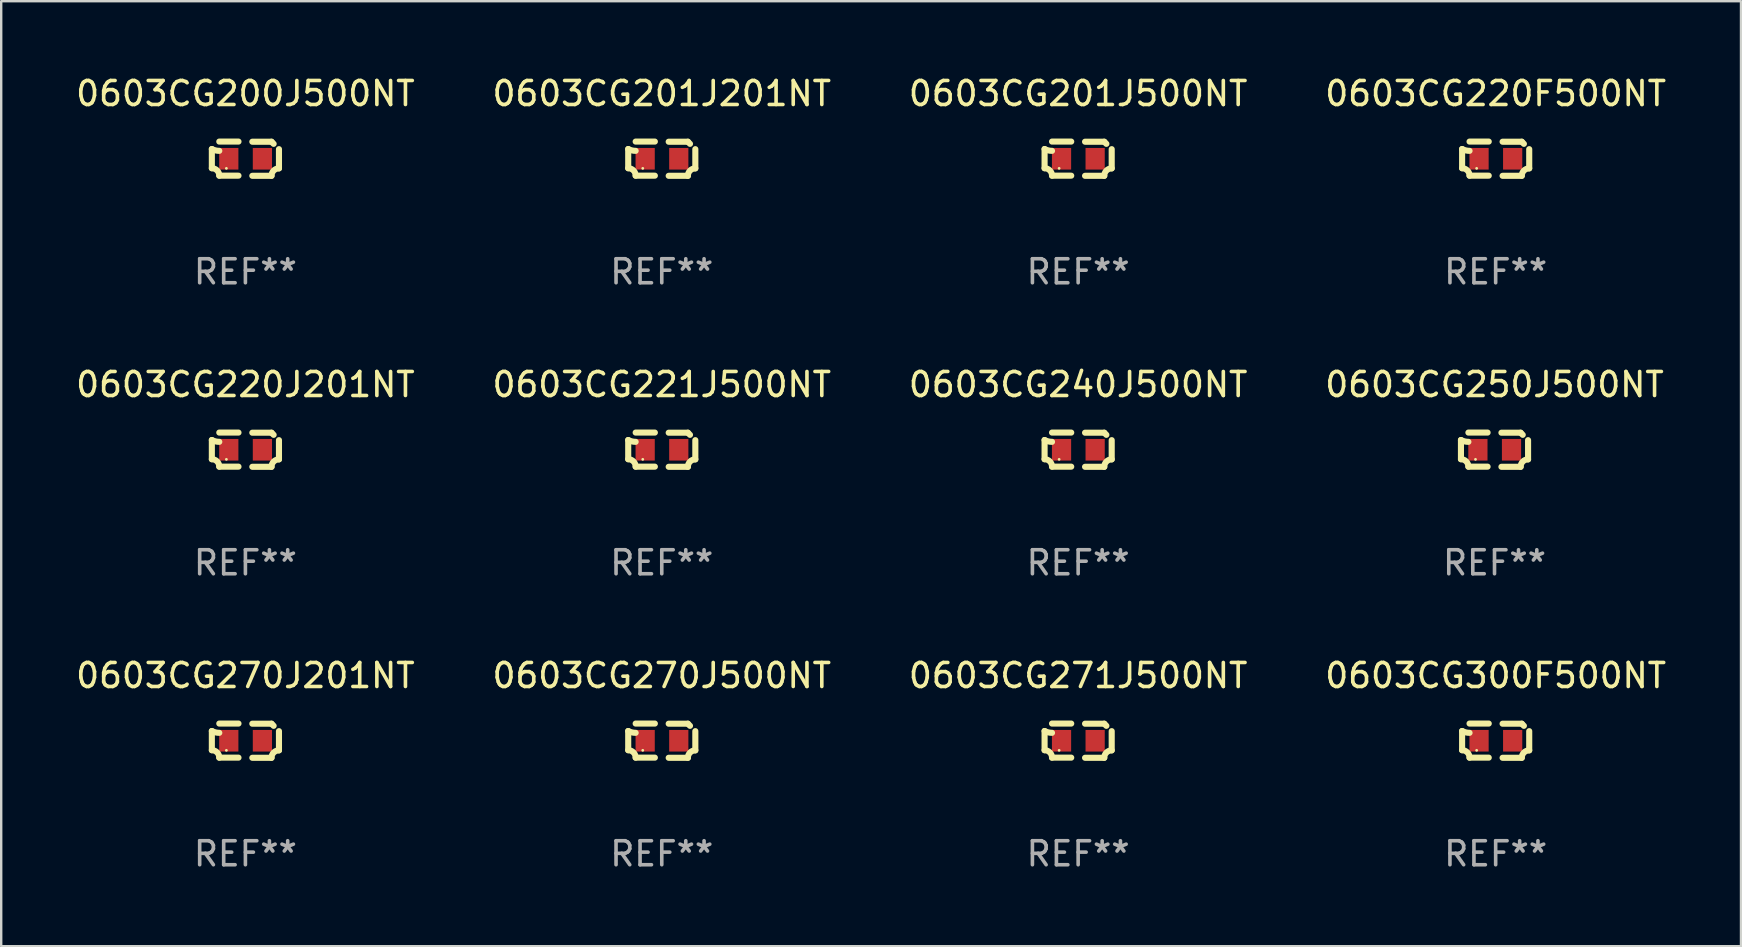
<source format=kicad_pcb>
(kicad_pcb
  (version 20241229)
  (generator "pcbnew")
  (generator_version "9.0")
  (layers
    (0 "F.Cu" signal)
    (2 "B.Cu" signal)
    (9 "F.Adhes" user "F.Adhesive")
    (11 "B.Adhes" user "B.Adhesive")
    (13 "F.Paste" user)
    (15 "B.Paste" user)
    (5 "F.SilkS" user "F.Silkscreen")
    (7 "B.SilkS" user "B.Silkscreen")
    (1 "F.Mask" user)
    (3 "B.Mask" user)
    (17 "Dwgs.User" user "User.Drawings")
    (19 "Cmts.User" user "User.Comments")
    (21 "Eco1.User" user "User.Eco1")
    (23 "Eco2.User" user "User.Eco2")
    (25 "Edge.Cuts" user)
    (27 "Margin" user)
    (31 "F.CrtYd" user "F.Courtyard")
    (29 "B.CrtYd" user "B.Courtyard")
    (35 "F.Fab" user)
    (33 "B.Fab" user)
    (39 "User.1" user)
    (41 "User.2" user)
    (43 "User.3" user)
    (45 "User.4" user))
  (footprint "0603CG200J500NT"
    (layer "F.Cu")
    (at 7.173 3.561)
    (property "Reference" "0603CG200J500NT" (at 0 -2.713 0) (layer "F.SilkS") (effects (font (size 1 1) (thickness 0.15))))
    (attr through_hole)
    (fp_line (start -1.398 -0.403) (end -1.398 0.397) (stroke (width 0.254) (type solid)) (layer "F.SilkS"))
    (fp_line (start -0.288 -0.713) (end -1.088 -0.713) (stroke (width 0.254) (type solid)) (layer "F.SilkS"))
    (fp_line (start -0.288 0.707) (end -1.088 0.707) (stroke (width 0.254) (type solid)) (layer "F.SilkS"))
    (fp_line (start 0.288 -0.707) (end 1.088 -0.707) (stroke (width 0.254) (type solid)) (layer "F.SilkS"))
    (fp_line (start 0.288 0.713) (end 1.088 0.713) (stroke (width 0.254) (type solid)) (layer "F.SilkS"))
    (fp_line (start 1.398 -0.397) (end 1.398 0.403) (stroke (width 0.254) (type solid)) (layer "F.SilkS"))
    (fp_arc (start -1.397789 0.397066) (mid -1.178701 0.487826) (end -1.08796 0.706922) (stroke (width 0.254001) (type solid)) (layer "F.SilkS"))
    (fp_arc (start -1.08796 -0.327176) (mid -1.247436 -0.346384) (end -1.39779 -0.402908) (stroke (width 0.254001) (type solid)) (layer "F.SilkS"))
    (fp_arc (start 1.087909 0.712738) (mid 1.178656 0.493655) (end 1.397739 0.402908) (stroke (width 0.254001) (type solid)) (layer "F.SilkS"))
    (fp_arc (start 1.175925 -0.618926) (mid 1.131917 -0.662923) (end 1.08791 -0.706922) (stroke (width 0.254001) (type solid)) (layer "F.SilkS"))
    (fp_circle (center -0.792 0.403) (end -0.762 0.403) (stroke (width 0.06) (type solid)) (fill no) (layer "F.SilkS"))
    (fp_text user "REF**" (at 0 4.713 0) (layer "F.Fab") (effects (font (size 1 1) (thickness 0.15))))
    (pad "1" smd rect (at -0.692 0.003) (size 0.8 0.9) (layers "F.Cu" "F.Mask" "F.Paste"))
    (pad "2" smd rect (at 0.708 0.003) (size 0.8 0.9) (layers "F.Cu" "F.Mask" "F.Paste")))
  (footprint "0603CG270J201NT"
    (layer "F.Cu")
    (at 7.173 27.805)
    (property "Reference" "0603CG270J201NT" (at 0 -2.713 0) (layer "F.SilkS") (effects (font (size 1 1) (thickness 0.15))))
    (attr through_hole)
    (fp_line (start -1.398 -0.403) (end -1.398 0.397) (stroke (width 0.254) (type solid)) (layer "F.SilkS"))
    (fp_line (start -0.288 -0.713) (end -1.088 -0.713) (stroke (width 0.254) (type solid)) (layer "F.SilkS"))
    (fp_line (start -0.288 0.707) (end -1.088 0.707) (stroke (width 0.254) (type solid)) (layer "F.SilkS"))
    (fp_line (start 0.288 -0.707) (end 1.088 -0.707) (stroke (width 0.254) (type solid)) (layer "F.SilkS"))
    (fp_line (start 0.288 0.713) (end 1.088 0.713) (stroke (width 0.254) (type solid)) (layer "F.SilkS"))
    (fp_line (start 1.398 -0.397) (end 1.398 0.403) (stroke (width 0.254) (type solid)) (layer "F.SilkS"))
    (fp_arc (start -1.397789 0.397066) (mid -1.178701 0.487826) (end -1.08796 0.706922) (stroke (width 0.254001) (type solid)) (layer "F.SilkS"))
    (fp_arc (start -1.08796 -0.327176) (mid -1.247436 -0.346384) (end -1.39779 -0.402908) (stroke (width 0.254001) (type solid)) (layer "F.SilkS"))
    (fp_arc (start 1.087909 0.712738) (mid 1.178656 0.493655) (end 1.397739 0.402908) (stroke (width 0.254001) (type solid)) (layer "F.SilkS"))
    (fp_arc (start 1.175925 -0.618926) (mid 1.131917 -0.662923) (end 1.08791 -0.706922) (stroke (width 0.254001) (type solid)) (layer "F.SilkS"))
    (fp_circle (center -0.792 0.403) (end -0.762 0.403) (stroke (width 0.06) (type solid)) (fill no) (layer "F.SilkS"))
    (fp_text user "REF**" (at 0 4.713 0) (layer "F.Fab") (effects (font (size 1 1) (thickness 0.15))))
    (pad "1" smd rect (at -0.692 0.003) (size 0.8 0.9) (layers "F.Cu" "F.Mask" "F.Paste"))
    (pad "2" smd rect (at 0.708 0.003) (size 0.8 0.9) (layers "F.Cu" "F.Mask" "F.Paste")))
  (footprint "0603CG201J201NT"
    (layer "F.Cu")
    (at 24.518 3.561)
    (property "Reference" "0603CG201J201NT" (at 0 -2.713 0) (layer "F.SilkS") (effects (font (size 1 1) (thickness 0.15))))
    (attr through_hole)
    (fp_line (start -1.398 -0.403) (end -1.398 0.397) (stroke (width 0.254) (type solid)) (layer "F.SilkS"))
    (fp_line (start -0.288 -0.713) (end -1.088 -0.713) (stroke (width 0.254) (type solid)) (layer "F.SilkS"))
    (fp_line (start -0.288 0.707) (end -1.088 0.707) (stroke (width 0.254) (type solid)) (layer "F.SilkS"))
    (fp_line (start 0.288 -0.707) (end 1.088 -0.707) (stroke (width 0.254) (type solid)) (layer "F.SilkS"))
    (fp_line (start 0.288 0.713) (end 1.088 0.713) (stroke (width 0.254) (type solid)) (layer "F.SilkS"))
    (fp_line (start 1.398 -0.397) (end 1.398 0.403) (stroke (width 0.254) (type solid)) (layer "F.SilkS"))
    (fp_arc (start -1.397789 0.397066) (mid -1.178701 0.487826) (end -1.08796 0.706922) (stroke (width 0.254001) (type solid)) (layer "F.SilkS"))
    (fp_arc (start -1.08796 -0.327176) (mid -1.247436 -0.346384) (end -1.39779 -0.402908) (stroke (width 0.254001) (type solid)) (layer "F.SilkS"))
    (fp_arc (start 1.087909 0.712738) (mid 1.178656 0.493655) (end 1.397739 0.402908) (stroke (width 0.254001) (type solid)) (layer "F.SilkS"))
    (fp_arc (start 1.175925 -0.618926) (mid 1.131917 -0.662923) (end 1.08791 -0.706922) (stroke (width 0.254001) (type solid)) (layer "F.SilkS"))
    (fp_circle (center -0.792 0.403) (end -0.762 0.403) (stroke (width 0.06) (type solid)) (fill no) (layer "F.SilkS"))
    (fp_text user "REF**" (at 0 4.713 0) (layer "F.Fab") (effects (font (size 1 1) (thickness 0.15))))
    (pad "1" smd rect (at -0.692 0.003) (size 0.8 0.9) (layers "F.Cu" "F.Mask" "F.Paste"))
    (pad "2" smd rect (at 0.708 0.003) (size 0.8 0.9) (layers "F.Cu" "F.Mask" "F.Paste")))
  (footprint "0603CG271J500NT"
    (layer "F.Cu")
    (at 41.863 27.805)
    (property "Reference" "0603CG271J500NT" (at 0 -2.713 0) (layer "F.SilkS") (effects (font (size 1 1) (thickness 0.15))))
    (attr through_hole)
    (fp_line (start -1.398 -0.403) (end -1.398 0.397) (stroke (width 0.254) (type solid)) (layer "F.SilkS"))
    (fp_line (start -0.288 -0.713) (end -1.088 -0.713) (stroke (width 0.254) (type solid)) (layer "F.SilkS"))
    (fp_line (start -0.288 0.707) (end -1.088 0.707) (stroke (width 0.254) (type solid)) (layer "F.SilkS"))
    (fp_line (start 0.288 -0.707) (end 1.088 -0.707) (stroke (width 0.254) (type solid)) (layer "F.SilkS"))
    (fp_line (start 0.288 0.713) (end 1.088 0.713) (stroke (width 0.254) (type solid)) (layer "F.SilkS"))
    (fp_line (start 1.398 -0.397) (end 1.398 0.403) (stroke (width 0.254) (type solid)) (layer "F.SilkS"))
    (fp_arc (start -1.397789 0.397066) (mid -1.178701 0.487826) (end -1.08796 0.706922) (stroke (width 0.254001) (type solid)) (layer "F.SilkS"))
    (fp_arc (start -1.08796 -0.327176) (mid -1.247436 -0.346384) (end -1.39779 -0.402908) (stroke (width 0.254001) (type solid)) (layer "F.SilkS"))
    (fp_arc (start 1.087909 0.712738) (mid 1.178656 0.493655) (end 1.397739 0.402908) (stroke (width 0.254001) (type solid)) (layer "F.SilkS"))
    (fp_arc (start 1.175925 -0.618926) (mid 1.131917 -0.662923) (end 1.08791 -0.706922) (stroke (width 0.254001) (type solid)) (layer "F.SilkS"))
    (fp_circle (center -0.792 0.403) (end -0.762 0.403) (stroke (width 0.06) (type solid)) (fill no) (layer "F.SilkS"))
    (fp_text user "REF**" (at 0 4.713 0) (layer "F.Fab") (effects (font (size 1 1) (thickness 0.15))))
    (pad "1" smd rect (at -0.692 0.003) (size 0.8 0.9) (layers "F.Cu" "F.Mask" "F.Paste"))
    (pad "2" smd rect (at 0.708 0.003) (size 0.8 0.9) (layers "F.Cu" "F.Mask" "F.Paste")))
  (footprint "0603CG300F500NT"
    (layer "F.Cu")
    (at 59.256 27.805)
    (property "Reference" "0603CG300F500NT" (at 0 -2.713 0) (layer "F.SilkS") (effects (font (size 1 1) (thickness 0.15))))
    (attr through_hole)
    (fp_line (start -1.398 -0.403) (end -1.398 0.397) (stroke (width 0.254) (type solid)) (layer "F.SilkS"))
    (fp_line (start -0.288 -0.713) (end -1.088 -0.713) (stroke (width 0.254) (type solid)) (layer "F.SilkS"))
    (fp_line (start -0.288 0.707) (end -1.088 0.707) (stroke (width 0.254) (type solid)) (layer "F.SilkS"))
    (fp_line (start 0.288 -0.707) (end 1.088 -0.707) (stroke (width 0.254) (type solid)) (layer "F.SilkS"))
    (fp_line (start 0.288 0.713) (end 1.088 0.713) (stroke (width 0.254) (type solid)) (layer "F.SilkS"))
    (fp_line (start 1.398 -0.397) (end 1.398 0.403) (stroke (width 0.254) (type solid)) (layer "F.SilkS"))
    (fp_arc (start -1.397789 0.397066) (mid -1.178701 0.487826) (end -1.08796 0.706922) (stroke (width 0.254001) (type solid)) (layer "F.SilkS"))
    (fp_arc (start -1.08796 -0.327176) (mid -1.247436 -0.346384) (end -1.39779 -0.402908) (stroke (width 0.254001) (type solid)) (layer "F.SilkS"))
    (fp_arc (start 1.087909 0.712738) (mid 1.178656 0.493655) (end 1.397739 0.402908) (stroke (width 0.254001) (type solid)) (layer "F.SilkS"))
    (fp_arc (start 1.175925 -0.618926) (mid 1.131917 -0.662923) (end 1.08791 -0.706922) (stroke (width 0.254001) (type solid)) (layer "F.SilkS"))
    (fp_circle (center -0.792 0.403) (end -0.762 0.403) (stroke (width 0.06) (type solid)) (fill no) (layer "F.SilkS"))
    (fp_text user "REF**" (at 0 4.713 0) (layer "F.Fab") (effects (font (size 1 1) (thickness 0.15))))
    (pad "1" smd rect (at -0.692 0.003) (size 0.8 0.9) (layers "F.Cu" "F.Mask" "F.Paste"))
    (pad "2" smd rect (at 0.708 0.003) (size 0.8 0.9) (layers "F.Cu" "F.Mask" "F.Paste")))
  (footprint "0603CG221J500NT"
    (layer "F.Cu")
    (at 24.518 15.683)
    (property "Reference" "0603CG221J500NT" (at 0 -2.713 0) (layer "F.SilkS") (effects (font (size 1 1) (thickness 0.15))))
    (attr through_hole)
    (fp_line (start -1.398 -0.403) (end -1.398 0.397) (stroke (width 0.254) (type solid)) (layer "F.SilkS"))
    (fp_line (start -0.288 -0.713) (end -1.088 -0.713) (stroke (width 0.254) (type solid)) (layer "F.SilkS"))
    (fp_line (start -0.288 0.707) (end -1.088 0.707) (stroke (width 0.254) (type solid)) (layer "F.SilkS"))
    (fp_line (start 0.288 -0.707) (end 1.088 -0.707) (stroke (width 0.254) (type solid)) (layer "F.SilkS"))
    (fp_line (start 0.288 0.713) (end 1.088 0.713) (stroke (width 0.254) (type solid)) (layer "F.SilkS"))
    (fp_line (start 1.398 -0.397) (end 1.398 0.403) (stroke (width 0.254) (type solid)) (layer "F.SilkS"))
    (fp_arc (start -1.397789 0.397066) (mid -1.178701 0.487826) (end -1.08796 0.706922) (stroke (width 0.254001) (type solid)) (layer "F.SilkS"))
    (fp_arc (start -1.08796 -0.327176) (mid -1.247436 -0.346384) (end -1.39779 -0.402908) (stroke (width 0.254001) (type solid)) (layer "F.SilkS"))
    (fp_arc (start 1.087909 0.712738) (mid 1.178656 0.493655) (end 1.397739 0.402908) (stroke (width 0.254001) (type solid)) (layer "F.SilkS"))
    (fp_arc (start 1.175925 -0.618926) (mid 1.131917 -0.662923) (end 1.08791 -0.706922) (stroke (width 0.254001) (type solid)) (layer "F.SilkS"))
    (fp_circle (center -0.792 0.403) (end -0.762 0.403) (stroke (width 0.06) (type solid)) (fill no) (layer "F.SilkS"))
    (fp_text user "REF**" (at 0 4.713 0) (layer "F.Fab") (effects (font (size 1 1) (thickness 0.15))))
    (pad "1" smd rect (at -0.692 0.003) (size 0.8 0.9) (layers "F.Cu" "F.Mask" "F.Paste"))
    (pad "2" smd rect (at 0.708 0.003) (size 0.8 0.9) (layers "F.Cu" "F.Mask" "F.Paste")))
  (footprint "0603CG201J500NT"
    (layer "F.Cu")
    (at 41.863 3.561)
    (property "Reference" "0603CG201J500NT" (at 0 -2.713 0) (layer "F.SilkS") (effects (font (size 1 1) (thickness 0.15))))
    (attr through_hole)
    (fp_line (start -1.398 -0.403) (end -1.398 0.397) (stroke (width 0.254) (type solid)) (layer "F.SilkS"))
    (fp_line (start -0.288 -0.713) (end -1.088 -0.713) (stroke (width 0.254) (type solid)) (layer "F.SilkS"))
    (fp_line (start -0.288 0.707) (end -1.088 0.707) (stroke (width 0.254) (type solid)) (layer "F.SilkS"))
    (fp_line (start 0.288 -0.707) (end 1.088 -0.707) (stroke (width 0.254) (type solid)) (layer "F.SilkS"))
    (fp_line (start 0.288 0.713) (end 1.088 0.713) (stroke (width 0.254) (type solid)) (layer "F.SilkS"))
    (fp_line (start 1.398 -0.397) (end 1.398 0.403) (stroke (width 0.254) (type solid)) (layer "F.SilkS"))
    (fp_arc (start -1.397789 0.397066) (mid -1.178701 0.487826) (end -1.08796 0.706922) (stroke (width 0.254001) (type solid)) (layer "F.SilkS"))
    (fp_arc (start -1.08796 -0.327176) (mid -1.247436 -0.346384) (end -1.39779 -0.402908) (stroke (width 0.254001) (type solid)) (layer "F.SilkS"))
    (fp_arc (start 1.087909 0.712738) (mid 1.178656 0.493655) (end 1.397739 0.402908) (stroke (width 0.254001) (type solid)) (layer "F.SilkS"))
    (fp_arc (start 1.175925 -0.618926) (mid 1.131917 -0.662923) (end 1.08791 -0.706922) (stroke (width 0.254001) (type solid)) (layer "F.SilkS"))
    (fp_circle (center -0.792 0.403) (end -0.762 0.403) (stroke (width 0.06) (type solid)) (fill no) (layer "F.SilkS"))
    (fp_text user "REF**" (at 0 4.713 0) (layer "F.Fab") (effects (font (size 1 1) (thickness 0.15))))
    (pad "1" smd rect (at -0.692 0.003) (size 0.8 0.9) (layers "F.Cu" "F.Mask" "F.Paste"))
    (pad "2" smd rect (at 0.708 0.003) (size 0.8 0.9) (layers "F.Cu" "F.Mask" "F.Paste")))
  (footprint "0603CG220F500NT"
    (layer "F.Cu")
    (at 59.256 3.561)
    (property "Reference" "0603CG220F500NT" (at 0 -2.713 0) (layer "F.SilkS") (effects (font (size 1 1) (thickness 0.15))))
    (attr through_hole)
    (fp_line (start -1.398 -0.403) (end -1.398 0.397) (stroke (width 0.254) (type solid)) (layer "F.SilkS"))
    (fp_line (start -0.288 -0.713) (end -1.088 -0.713) (stroke (width 0.254) (type solid)) (layer "F.SilkS"))
    (fp_line (start -0.288 0.707) (end -1.088 0.707) (stroke (width 0.254) (type solid)) (layer "F.SilkS"))
    (fp_line (start 0.288 -0.707) (end 1.088 -0.707) (stroke (width 0.254) (type solid)) (layer "F.SilkS"))
    (fp_line (start 0.288 0.713) (end 1.088 0.713) (stroke (width 0.254) (type solid)) (layer "F.SilkS"))
    (fp_line (start 1.398 -0.397) (end 1.398 0.403) (stroke (width 0.254) (type solid)) (layer "F.SilkS"))
    (fp_arc (start -1.397789 0.397066) (mid -1.178701 0.487826) (end -1.08796 0.706922) (stroke (width 0.254001) (type solid)) (layer "F.SilkS"))
    (fp_arc (start -1.08796 -0.327176) (mid -1.247436 -0.346384) (end -1.39779 -0.402908) (stroke (width 0.254001) (type solid)) (layer "F.SilkS"))
    (fp_arc (start 1.087909 0.712738) (mid 1.178656 0.493655) (end 1.397739 0.402908) (stroke (width 0.254001) (type solid)) (layer "F.SilkS"))
    (fp_arc (start 1.175925 -0.618926) (mid 1.131917 -0.662923) (end 1.08791 -0.706922) (stroke (width 0.254001) (type solid)) (layer "F.SilkS"))
    (fp_circle (center -0.792 0.403) (end -0.762 0.403) (stroke (width 0.06) (type solid)) (fill no) (layer "F.SilkS"))
    (fp_text user "REF**" (at 0 4.713 0) (layer "F.Fab") (effects (font (size 1 1) (thickness 0.15))))
    (pad "1" smd rect (at -0.692 0.003) (size 0.8 0.9) (layers "F.Cu" "F.Mask" "F.Paste"))
    (pad "2" smd rect (at 0.708 0.003) (size 0.8 0.9) (layers "F.Cu" "F.Mask" "F.Paste")))
  (footprint "0603CG240J500NT"
    (layer "F.Cu")
    (at 41.863 15.683)
    (property "Reference" "0603CG240J500NT" (at 0 -2.713 0) (layer "F.SilkS") (effects (font (size 1 1) (thickness 0.15))))
    (attr through_hole)
    (fp_line (start -1.398 -0.403) (end -1.398 0.397) (stroke (width 0.254) (type solid)) (layer "F.SilkS"))
    (fp_line (start -0.288 -0.713) (end -1.088 -0.713) (stroke (width 0.254) (type solid)) (layer "F.SilkS"))
    (fp_line (start -0.288 0.707) (end -1.088 0.707) (stroke (width 0.254) (type solid)) (layer "F.SilkS"))
    (fp_line (start 0.288 -0.707) (end 1.088 -0.707) (stroke (width 0.254) (type solid)) (layer "F.SilkS"))
    (fp_line (start 0.288 0.713) (end 1.088 0.713) (stroke (width 0.254) (type solid)) (layer "F.SilkS"))
    (fp_line (start 1.398 -0.397) (end 1.398 0.403) (stroke (width 0.254) (type solid)) (layer "F.SilkS"))
    (fp_arc (start -1.397789 0.397066) (mid -1.178701 0.487826) (end -1.08796 0.706922) (stroke (width 0.254001) (type solid)) (layer "F.SilkS"))
    (fp_arc (start -1.08796 -0.327176) (mid -1.247436 -0.346384) (end -1.39779 -0.402908) (stroke (width 0.254001) (type solid)) (layer "F.SilkS"))
    (fp_arc (start 1.087909 0.712738) (mid 1.178656 0.493655) (end 1.397739 0.402908) (stroke (width 0.254001) (type solid)) (layer "F.SilkS"))
    (fp_arc (start 1.175925 -0.618926) (mid 1.131917 -0.662923) (end 1.08791 -0.706922) (stroke (width 0.254001) (type solid)) (layer "F.SilkS"))
    (fp_circle (center -0.792 0.403) (end -0.762 0.403) (stroke (width 0.06) (type solid)) (fill no) (layer "F.SilkS"))
    (fp_text user "REF**" (at 0 4.713 0) (layer "F.Fab") (effects (font (size 1 1) (thickness 0.15))))
    (pad "1" smd rect (at -0.692 0.003) (size 0.8 0.9) (layers "F.Cu" "F.Mask" "F.Paste"))
    (pad "2" smd rect (at 0.708 0.003) (size 0.8 0.9) (layers "F.Cu" "F.Mask" "F.Paste")))
  (footprint "0603CG270J500NT"
    (layer "F.Cu")
    (at 24.518 27.805)
    (property "Reference" "0603CG270J500NT" (at 0 -2.713 0) (layer "F.SilkS") (effects (font (size 1 1) (thickness 0.15))))
    (attr through_hole)
    (fp_line (start -1.398 -0.403) (end -1.398 0.397) (stroke (width 0.254) (type solid)) (layer "F.SilkS"))
    (fp_line (start -0.288 -0.713) (end -1.088 -0.713) (stroke (width 0.254) (type solid)) (layer "F.SilkS"))
    (fp_line (start -0.288 0.707) (end -1.088 0.707) (stroke (width 0.254) (type solid)) (layer "F.SilkS"))
    (fp_line (start 0.288 -0.707) (end 1.088 -0.707) (stroke (width 0.254) (type solid)) (layer "F.SilkS"))
    (fp_line (start 0.288 0.713) (end 1.088 0.713) (stroke (width 0.254) (type solid)) (layer "F.SilkS"))
    (fp_line (start 1.398 -0.397) (end 1.398 0.403) (stroke (width 0.254) (type solid)) (layer "F.SilkS"))
    (fp_arc (start -1.397789 0.397066) (mid -1.178701 0.487826) (end -1.08796 0.706922) (stroke (width 0.254001) (type solid)) (layer "F.SilkS"))
    (fp_arc (start -1.08796 -0.327176) (mid -1.247436 -0.346384) (end -1.39779 -0.402908) (stroke (width 0.254001) (type solid)) (layer "F.SilkS"))
    (fp_arc (start 1.087909 0.712738) (mid 1.178656 0.493655) (end 1.397739 0.402908) (stroke (width 0.254001) (type solid)) (layer "F.SilkS"))
    (fp_arc (start 1.175925 -0.618926) (mid 1.131917 -0.662923) (end 1.08791 -0.706922) (stroke (width 0.254001) (type solid)) (layer "F.SilkS"))
    (fp_circle (center -0.792 0.403) (end -0.762 0.403) (stroke (width 0.06) (type solid)) (fill no) (layer "F.SilkS"))
    (fp_text user "REF**" (at 0 4.713 0) (layer "F.Fab") (effects (font (size 1 1) (thickness 0.15))))
    (pad "1" smd rect (at -0.692 0.003) (size 0.8 0.9) (layers "F.Cu" "F.Mask" "F.Paste"))
    (pad "2" smd rect (at 0.708 0.003) (size 0.8 0.9) (layers "F.Cu" "F.Mask" "F.Paste")))
  (footprint "0603CG220J201NT"
    (layer "F.Cu")
    (at 7.173 15.683)
    (property "Reference" "0603CG220J201NT" (at 0 -2.713 0) (layer "F.SilkS") (effects (font (size 1 1) (thickness 0.15))))
    (attr through_hole)
    (fp_line (start -1.398 -0.403) (end -1.398 0.397) (stroke (width 0.254) (type solid)) (layer "F.SilkS"))
    (fp_line (start -0.288 -0.713) (end -1.088 -0.713) (stroke (width 0.254) (type solid)) (layer "F.SilkS"))
    (fp_line (start -0.288 0.707) (end -1.088 0.707) (stroke (width 0.254) (type solid)) (layer "F.SilkS"))
    (fp_line (start 0.288 -0.707) (end 1.088 -0.707) (stroke (width 0.254) (type solid)) (layer "F.SilkS"))
    (fp_line (start 0.288 0.713) (end 1.088 0.713) (stroke (width 0.254) (type solid)) (layer "F.SilkS"))
    (fp_line (start 1.398 -0.397) (end 1.398 0.403) (stroke (width 0.254) (type solid)) (layer "F.SilkS"))
    (fp_arc (start -1.397789 0.397066) (mid -1.178701 0.487826) (end -1.08796 0.706922) (stroke (width 0.254001) (type solid)) (layer "F.SilkS"))
    (fp_arc (start -1.08796 -0.327176) (mid -1.247436 -0.346384) (end -1.39779 -0.402908) (stroke (width 0.254001) (type solid)) (layer "F.SilkS"))
    (fp_arc (start 1.087909 0.712738) (mid 1.178656 0.493655) (end 1.397739 0.402908) (stroke (width 0.254001) (type solid)) (layer "F.SilkS"))
    (fp_arc (start 1.175925 -0.618926) (mid 1.131917 -0.662923) (end 1.08791 -0.706922) (stroke (width 0.254001) (type solid)) (layer "F.SilkS"))
    (fp_circle (center -0.792 0.403) (end -0.762 0.403) (stroke (width 0.06) (type solid)) (fill no) (layer "F.SilkS"))
    (fp_text user "REF**" (at 0 4.713 0) (layer "F.Fab") (effects (font (size 1 1) (thickness 0.15))))
    (pad "1" smd rect (at -0.692 0.003) (size 0.8 0.9) (layers "F.Cu" "F.Mask" "F.Paste"))
    (pad "2" smd rect (at 0.708 0.003) (size 0.8 0.9) (layers "F.Cu" "F.Mask" "F.Paste")))
  (footprint "0603CG250J500NT"
    (layer "F.Cu")
    (at 59.208 15.683)
    (property "Reference" "0603CG250J500NT" (at 0 -2.713 0) (layer "F.SilkS") (effects (font (size 1 1) (thickness 0.15))))
    (attr through_hole)
    (fp_line (start -1.398 -0.403) (end -1.398 0.397) (stroke (width 0.254) (type solid)) (layer "F.SilkS"))
    (fp_line (start -0.288 -0.713) (end -1.088 -0.713) (stroke (width 0.254) (type solid)) (layer "F.SilkS"))
    (fp_line (start -0.288 0.707) (end -1.088 0.707) (stroke (width 0.254) (type solid)) (layer "F.SilkS"))
    (fp_line (start 0.288 -0.707) (end 1.088 -0.707) (stroke (width 0.254) (type solid)) (layer "F.SilkS"))
    (fp_line (start 0.288 0.713) (end 1.088 0.713) (stroke (width 0.254) (type solid)) (layer "F.SilkS"))
    (fp_line (start 1.398 -0.397) (end 1.398 0.403) (stroke (width 0.254) (type solid)) (layer "F.SilkS"))
    (fp_arc (start -1.397789 0.397066) (mid -1.178701 0.487826) (end -1.08796 0.706922) (stroke (width 0.254001) (type solid)) (layer "F.SilkS"))
    (fp_arc (start -1.08796 -0.327176) (mid -1.247436 -0.346384) (end -1.39779 -0.402908) (stroke (width 0.254001) (type solid)) (layer "F.SilkS"))
    (fp_arc (start 1.087909 0.712738) (mid 1.178656 0.493655) (end 1.397739 0.402908) (stroke (width 0.254001) (type solid)) (layer "F.SilkS"))
    (fp_arc (start 1.175925 -0.618926) (mid 1.131917 -0.662923) (end 1.08791 -0.706922) (stroke (width 0.254001) (type solid)) (layer "F.SilkS"))
    (fp_circle (center -0.792 0.403) (end -0.762 0.403) (stroke (width 0.06) (type solid)) (fill no) (layer "F.SilkS"))
    (fp_text user "REF**" (at 0 4.713 0) (layer "F.Fab") (effects (font (size 1 1) (thickness 0.15))))
    (pad "1" smd rect (at -0.692 0.003) (size 0.8 0.9) (layers "F.Cu" "F.Mask" "F.Paste"))
    (pad "2" smd rect (at 0.708 0.003) (size 0.8 0.9) (layers "F.Cu" "F.Mask" "F.Paste")))
  (gr_rect
    (start -3 -3)
    (end 69.476 36.366)
    (stroke (width 0.1) (type default))
    (fill no)
    (layer "Edge.Cuts")))
</source>
